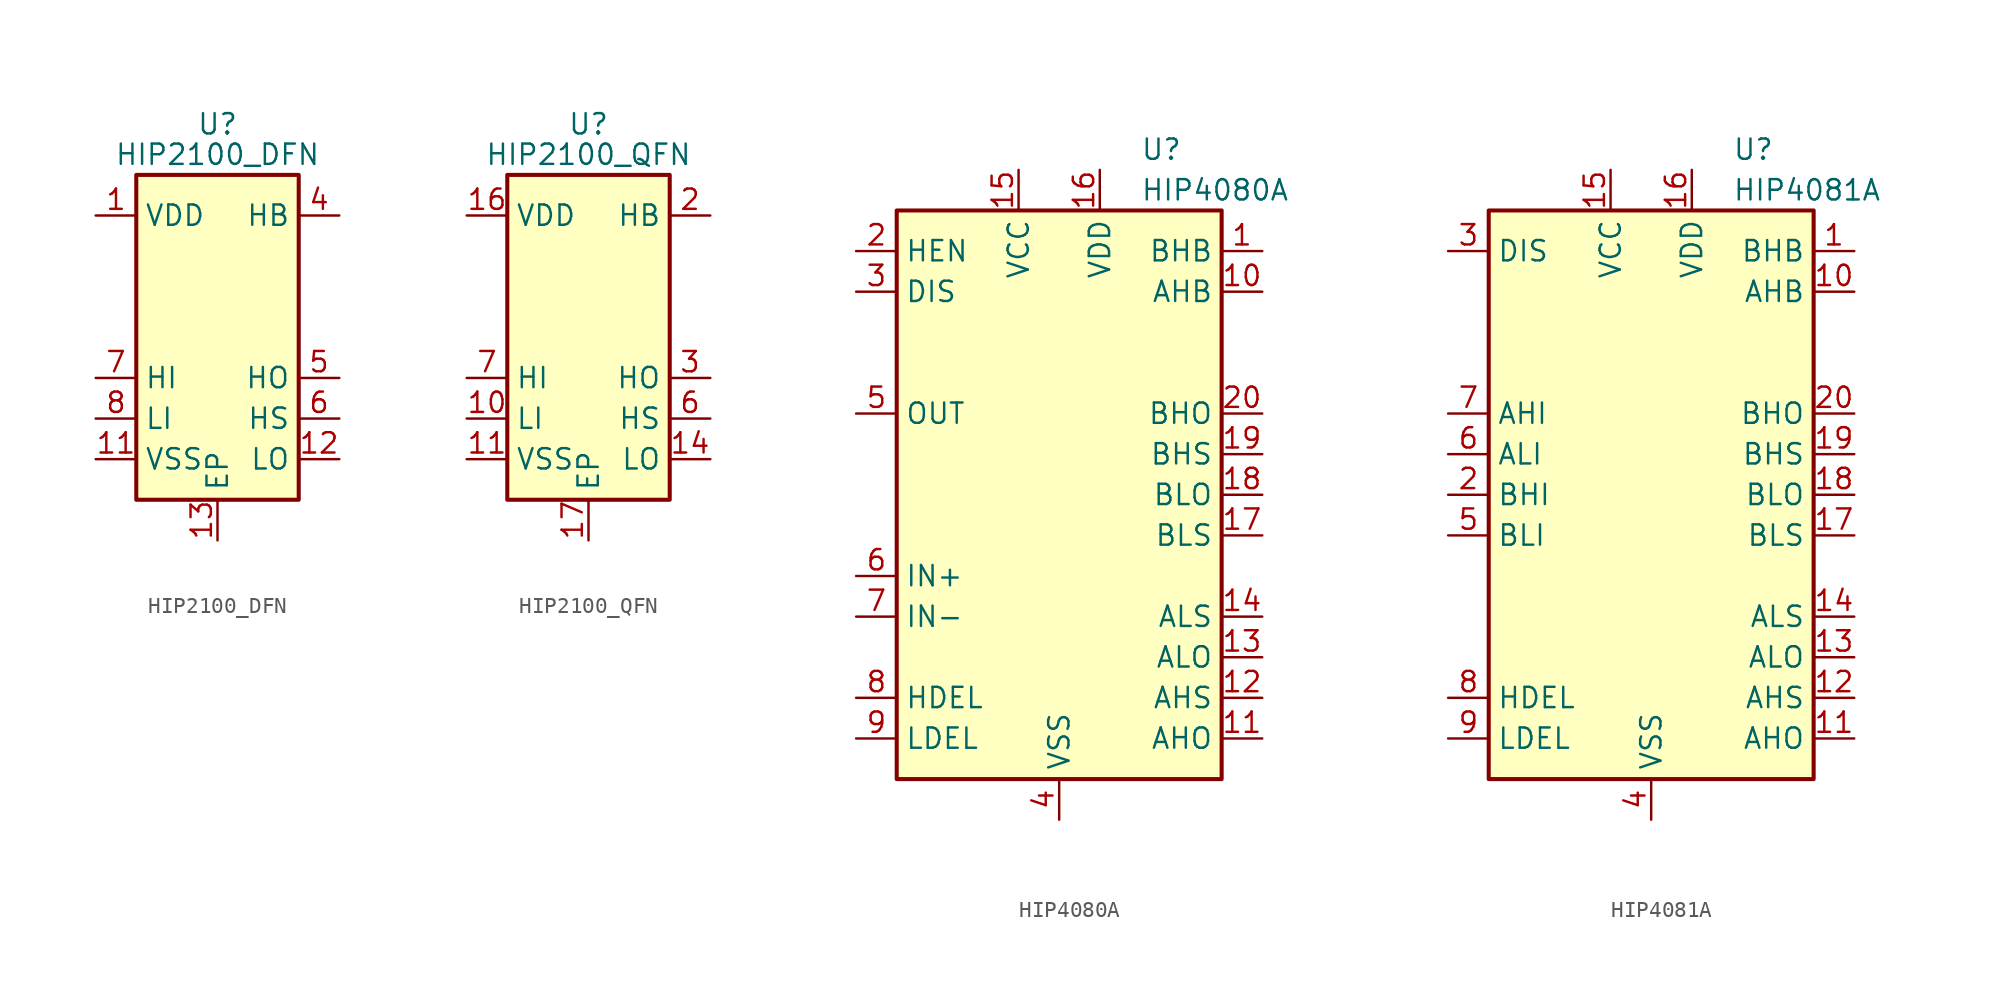
<source format=kicad_sym>
(kicad_symbol_lib
  (version 20200908)
  (generator kicad_symbol_editor)
  (symbol "Driver_FET:HIP2100_DFN"
    (property "Reference" "U"
      (at 0 13.335 0)
      (effects (font (size 1.27 1.27))))
    (property "Value" "HIP2100_DFN"
      (at 0 11.43 0)
      (effects (font (size 1.27 1.27))))
    (symbol "HIP2100_DFN_0_1"
      (rectangle (start -5.08 -10.16) (end 5.08 10.16) (stroke (width 0.254)) (fill (type background))))
    (symbol "HIP2100_DFN_1_1"
      (pin power_in line (at -7.62 7.62 0) (length 2.54) (name "VDD" (effects (font (size 1.27 1.27)))) (number "1" (effects (font (size 1.27 1.27)))))
      (pin unconnected line (at 5.08 2.54 180) (length 2.54) hide (name "NC" (effects (font (size 1.27 1.27)))) (number "10" (effects (font (size 1.27 1.27)))))
      (pin power_in line (at -7.62 -7.62 0) (length 2.54) (name "VSS" (effects (font (size 1.27 1.27)))) (number "11" (effects (font (size 1.27 1.27)))))
      (pin output line (at 7.62 -7.62 180) (length 2.54) (name "LO" (effects (font (size 1.27 1.27)))) (number "12" (effects (font (size 1.27 1.27)))))
      (pin output line (at 0 -12.7 90) (length 2.54) (name "EP" (effects (font (size 1.27 1.27)))) (number "13" (effects (font (size 1.27 1.27)))))
      (pin unconnected line (at -5.08 5.08 0) (length 2.54) hide (name "NC" (effects (font (size 1.27 1.27)))) (number "2" (effects (font (size 1.27 1.27)))))
      (pin unconnected line (at -5.08 2.54 0) (length 2.54) hide (name "NC" (effects (font (size 1.27 1.27)))) (number "3" (effects (font (size 1.27 1.27)))))
      (pin passive line (at 7.62 7.62 180) (length 2.54) (name "HB" (effects (font (size 1.27 1.27)))) (number "4" (effects (font (size 1.27 1.27)))))
      (pin output line (at 7.62 -2.54 180) (length 2.54) (name "HO" (effects (font (size 1.27 1.27)))) (number "5" (effects (font (size 1.27 1.27)))))
      (pin passive line (at 7.62 -5.08 180) (length 2.54) (name "HS" (effects (font (size 1.27 1.27)))) (number "6" (effects (font (size 1.27 1.27)))))
      (pin input line (at -7.62 -2.54 0) (length 2.54) (name "HI" (effects (font (size 1.27 1.27)))) (number "7" (effects (font (size 1.27 1.27)))))
      (pin input line (at -7.62 -5.08 0) (length 2.54) (name "LI" (effects (font (size 1.27 1.27)))) (number "8" (effects (font (size 1.27 1.27)))))
      (pin unconnected line (at 5.08 5.08 180) (length 2.54) hide (name "NC" (effects (font (size 1.27 1.27)))) (number "9" (effects (font (size 1.27 1.27)))))))
  (symbol "Driver_FET:HIP2100_QFN"
    (property "Reference" "U"
      (at 0 13.335 0)
      (effects (font (size 1.27 1.27))))
    (property "Value" "HIP2100_QFN"
      (at 0 11.43 0)
      (effects (font (size 1.27 1.27))))
    (symbol "HIP2100_QFN_0_1"
      (rectangle (start -5.08 -10.16) (end 5.08 10.16) (stroke (width 0.254)) (fill (type background))))
    (symbol "HIP2100_QFN_1_1"
      (pin unconnected line (at -5.08 5.08 0) (length 2.54) hide (name "NC" (effects (font (size 1.27 1.27)))) (number "1" (effects (font (size 1.27 1.27)))))
      (pin input line (at -7.62 -5.08 0) (length 2.54) (name "LI" (effects (font (size 1.27 1.27)))) (number "10" (effects (font (size 1.27 1.27)))))
      (pin power_in line (at -7.62 -7.62 0) (length 2.54) (name "VSS" (effects (font (size 1.27 1.27)))) (number "11" (effects (font (size 1.27 1.27)))))
      (pin unconnected line (at 5.08 2.54 180) (length 2.54) hide (name "NC" (effects (font (size 1.27 1.27)))) (number "12" (effects (font (size 1.27 1.27)))))
      (pin unconnected line (at 5.08 0 180) (length 2.54) hide (name "NC" (effects (font (size 1.27 1.27)))) (number "13" (effects (font (size 1.27 1.27)))))
      (pin output line (at 7.62 -7.62 180) (length 2.54) (name "LO" (effects (font (size 1.27 1.27)))) (number "14" (effects (font (size 1.27 1.27)))))
      (pin unconnected line (at 5.08 -10.16 180) (length 2.54) hide (name "NC" (effects (font (size 1.27 1.27)))) (number "15" (effects (font (size 1.27 1.27)))))
      (pin power_in line (at -7.62 7.62 0) (length 2.54) (name "VDD" (effects (font (size 1.27 1.27)))) (number "16" (effects (font (size 1.27 1.27)))))
      (pin output line (at 0 -12.7 90) (length 2.54) (name "EP" (effects (font (size 1.27 1.27)))) (number "17" (effects (font (size 1.27 1.27)))))
      (pin passive line (at 7.62 7.62 180) (length 2.54) (name "HB" (effects (font (size 1.27 1.27)))) (number "2" (effects (font (size 1.27 1.27)))))
      (pin output line (at 7.62 -2.54 180) (length 2.54) (name "HO" (effects (font (size 1.27 1.27)))) (number "3" (effects (font (size 1.27 1.27)))))
      (pin unconnected line (at -5.08 2.54 0) (length 2.54) hide (name "NC" (effects (font (size 1.27 1.27)))) (number "4" (effects (font (size 1.27 1.27)))))
      (pin unconnected line (at -5.08 0 0) (length 2.54) hide (name "NC" (effects (font (size 1.27 1.27)))) (number "5" (effects (font (size 1.27 1.27)))))
      (pin passive line (at 7.62 -5.08 180) (length 2.54) (name "HS" (effects (font (size 1.27 1.27)))) (number "6" (effects (font (size 1.27 1.27)))))
      (pin input line (at -7.62 -2.54 0) (length 2.54) (name "HI" (effects (font (size 1.27 1.27)))) (number "7" (effects (font (size 1.27 1.27)))))
      (pin unconnected line (at -5.08 -10.16 0) (length 2.54) hide (name "NC" (effects (font (size 1.27 1.27)))) (number "8" (effects (font (size 1.27 1.27)))))
      (pin unconnected line (at 5.08 5.08 180) (length 2.54) hide (name "NC" (effects (font (size 1.27 1.27)))) (number "9" (effects (font (size 1.27 1.27)))))))
  (symbol "Driver_FET:HIP4080A"
    (property "Reference" "U"
      (at 5.08 21.59 0)
      (effects (font (size 1.27 1.27)) (justify left)))
    (property "Value" "HIP4080A"
      (at 5.08 19.05 0)
      (effects (font (size 1.27 1.27)) (justify left)))
    (symbol "HIP4080A_0_1"
      (rectangle (start -10.16 -17.78) (end 10.16 17.78) (stroke (width 0.254)) (fill (type background))))
    (symbol "HIP4080A_1_1"
      (pin input line (at 12.7 15.24 180) (length 2.54) (name "BHB" (effects (font (size 1.27 1.27)))) (number "1" (effects (font (size 1.27 1.27)))))
      (pin input line (at 12.7 12.7 180) (length 2.54) (name "AHB" (effects (font (size 1.27 1.27)))) (number "10" (effects (font (size 1.27 1.27)))))
      (pin output line (at 12.7 -15.24 180) (length 2.54) (name "AHO" (effects (font (size 1.27 1.27)))) (number "11" (effects (font (size 1.27 1.27)))))
      (pin passive line (at 12.7 -12.7 180) (length 2.54) (name "AHS" (effects (font (size 1.27 1.27)))) (number "12" (effects (font (size 1.27 1.27)))))
      (pin output line (at 12.7 -10.16 180) (length 2.54) (name "ALO" (effects (font (size 1.27 1.27)))) (number "13" (effects (font (size 1.27 1.27)))))
      (pin passive line (at 12.7 -7.62 180) (length 2.54) (name "ALS" (effects (font (size 1.27 1.27)))) (number "14" (effects (font (size 1.27 1.27)))))
      (pin power_in line (at -2.54 20.32 270) (length 2.54) (name "VCC" (effects (font (size 1.27 1.27)))) (number "15" (effects (font (size 1.27 1.27)))))
      (pin power_in line (at 2.54 20.32 270) (length 2.54) (name "VDD" (effects (font (size 1.27 1.27)))) (number "16" (effects (font (size 1.27 1.27)))))
      (pin passive line (at 12.7 -2.54 180) (length 2.54) (name "BLS" (effects (font (size 1.27 1.27)))) (number "17" (effects (font (size 1.27 1.27)))))
      (pin output line (at 12.7 0 180) (length 2.54) (name "BLO" (effects (font (size 1.27 1.27)))) (number "18" (effects (font (size 1.27 1.27)))))
      (pin passive line (at 12.7 2.54 180) (length 2.54) (name "BHS" (effects (font (size 1.27 1.27)))) (number "19" (effects (font (size 1.27 1.27)))))
      (pin output line (at -12.7 15.24 0) (length 2.54) (name "HEN" (effects (font (size 1.27 1.27)))) (number "2" (effects (font (size 1.27 1.27)))))
      (pin output line (at 12.7 5.08 180) (length 2.54) (name "BHO" (effects (font (size 1.27 1.27)))) (number "20" (effects (font (size 1.27 1.27)))))
      (pin output line (at -12.7 12.7 0) (length 2.54) (name "DIS" (effects (font (size 1.27 1.27)))) (number "3" (effects (font (size 1.27 1.27)))))
      (pin power_in line (at 0 -20.32 90) (length 2.54) (name "VSS" (effects (font (size 1.27 1.27)))) (number "4" (effects (font (size 1.27 1.27)))))
      (pin output line (at -12.7 5.08 0) (length 2.54) (name "OUT" (effects (font (size 1.27 1.27)))) (number "5" (effects (font (size 1.27 1.27)))))
      (pin input line (at -12.7 -5.08 0) (length 2.54) (name "IN+" (effects (font (size 1.27 1.27)))) (number "6" (effects (font (size 1.27 1.27)))))
      (pin input line (at -12.7 -7.62 0) (length 2.54) (name "IN-" (effects (font (size 1.27 1.27)))) (number "7" (effects (font (size 1.27 1.27)))))
      (pin passive line (at -12.7 -12.7 0) (length 2.54) (name "HDEL" (effects (font (size 1.27 1.27)))) (number "8" (effects (font (size 1.27 1.27)))))
      (pin passive line (at -12.7 -15.24 0) (length 2.54) (name "LDEL" (effects (font (size 1.27 1.27)))) (number "9" (effects (font (size 1.27 1.27)))))))
  (symbol "Driver_FET:HIP4081A"
    (property "Reference" "U"
      (at 5.08 21.59 0)
      (effects (font (size 1.27 1.27)) (justify left)))
    (property "Value" "HIP4081A"
      (at 5.08 19.05 0)
      (effects (font (size 1.27 1.27)) (justify left)))
    (symbol "HIP4081A_0_1"
      (rectangle (start -10.16 -17.78) (end 10.16 17.78) (stroke (width 0.254)) (fill (type background))))
    (symbol "HIP4081A_1_1"
      (pin input line (at 12.7 15.24 180) (length 2.54) (name "BHB" (effects (font (size 1.27 1.27)))) (number "1" (effects (font (size 1.27 1.27)))))
      (pin input line (at 12.7 12.7 180) (length 2.54) (name "AHB" (effects (font (size 1.27 1.27)))) (number "10" (effects (font (size 1.27 1.27)))))
      (pin output line (at 12.7 -15.24 180) (length 2.54) (name "AHO" (effects (font (size 1.27 1.27)))) (number "11" (effects (font (size 1.27 1.27)))))
      (pin passive line (at 12.7 -12.7 180) (length 2.54) (name "AHS" (effects (font (size 1.27 1.27)))) (number "12" (effects (font (size 1.27 1.27)))))
      (pin output line (at 12.7 -10.16 180) (length 2.54) (name "ALO" (effects (font (size 1.27 1.27)))) (number "13" (effects (font (size 1.27 1.27)))))
      (pin passive line (at 12.7 -7.62 180) (length 2.54) (name "ALS" (effects (font (size 1.27 1.27)))) (number "14" (effects (font (size 1.27 1.27)))))
      (pin power_in line (at -2.54 20.32 270) (length 2.54) (name "VCC" (effects (font (size 1.27 1.27)))) (number "15" (effects (font (size 1.27 1.27)))))
      (pin power_in line (at 2.54 20.32 270) (length 2.54) (name "VDD" (effects (font (size 1.27 1.27)))) (number "16" (effects (font (size 1.27 1.27)))))
      (pin passive line (at 12.7 -2.54 180) (length 2.54) (name "BLS" (effects (font (size 1.27 1.27)))) (number "17" (effects (font (size 1.27 1.27)))))
      (pin output line (at 12.7 0 180) (length 2.54) (name "BLO" (effects (font (size 1.27 1.27)))) (number "18" (effects (font (size 1.27 1.27)))))
      (pin passive line (at 12.7 2.54 180) (length 2.54) (name "BHS" (effects (font (size 1.27 1.27)))) (number "19" (effects (font (size 1.27 1.27)))))
      (pin input line (at -12.7 0 0) (length 2.54) (name "BHI" (effects (font (size 1.27 1.27)))) (number "2" (effects (font (size 1.27 1.27)))))
      (pin output line (at 12.7 5.08 180) (length 2.54) (name "BHO" (effects (font (size 1.27 1.27)))) (number "20" (effects (font (size 1.27 1.27)))))
      (pin output line (at -12.7 15.24 0) (length 2.54) (name "DIS" (effects (font (size 1.27 1.27)))) (number "3" (effects (font (size 1.27 1.27)))))
      (pin power_in line (at 0 -20.32 90) (length 2.54) (name "VSS" (effects (font (size 1.27 1.27)))) (number "4" (effects (font (size 1.27 1.27)))))
      (pin input line (at -12.7 -2.54 0) (length 2.54) (name "BLI" (effects (font (size 1.27 1.27)))) (number "5" (effects (font (size 1.27 1.27)))))
      (pin input line (at -12.7 2.54 0) (length 2.54) (name "ALI" (effects (font (size 1.27 1.27)))) (number "6" (effects (font (size 1.27 1.27)))))
      (pin input line (at -12.7 5.08 0) (length 2.54) (name "AHI" (effects (font (size 1.27 1.27)))) (number "7" (effects (font (size 1.27 1.27)))))
      (pin passive line (at -12.7 -12.7 0) (length 2.54) (name "HDEL" (effects (font (size 1.27 1.27)))) (number "8" (effects (font (size 1.27 1.27)))))
      (pin passive line (at -12.7 -15.24 0) (length 2.54) (name "LDEL" (effects (font (size 1.27 1.27)))) (number "9" (effects (font (size 1.27 1.27))))))))
</source>
